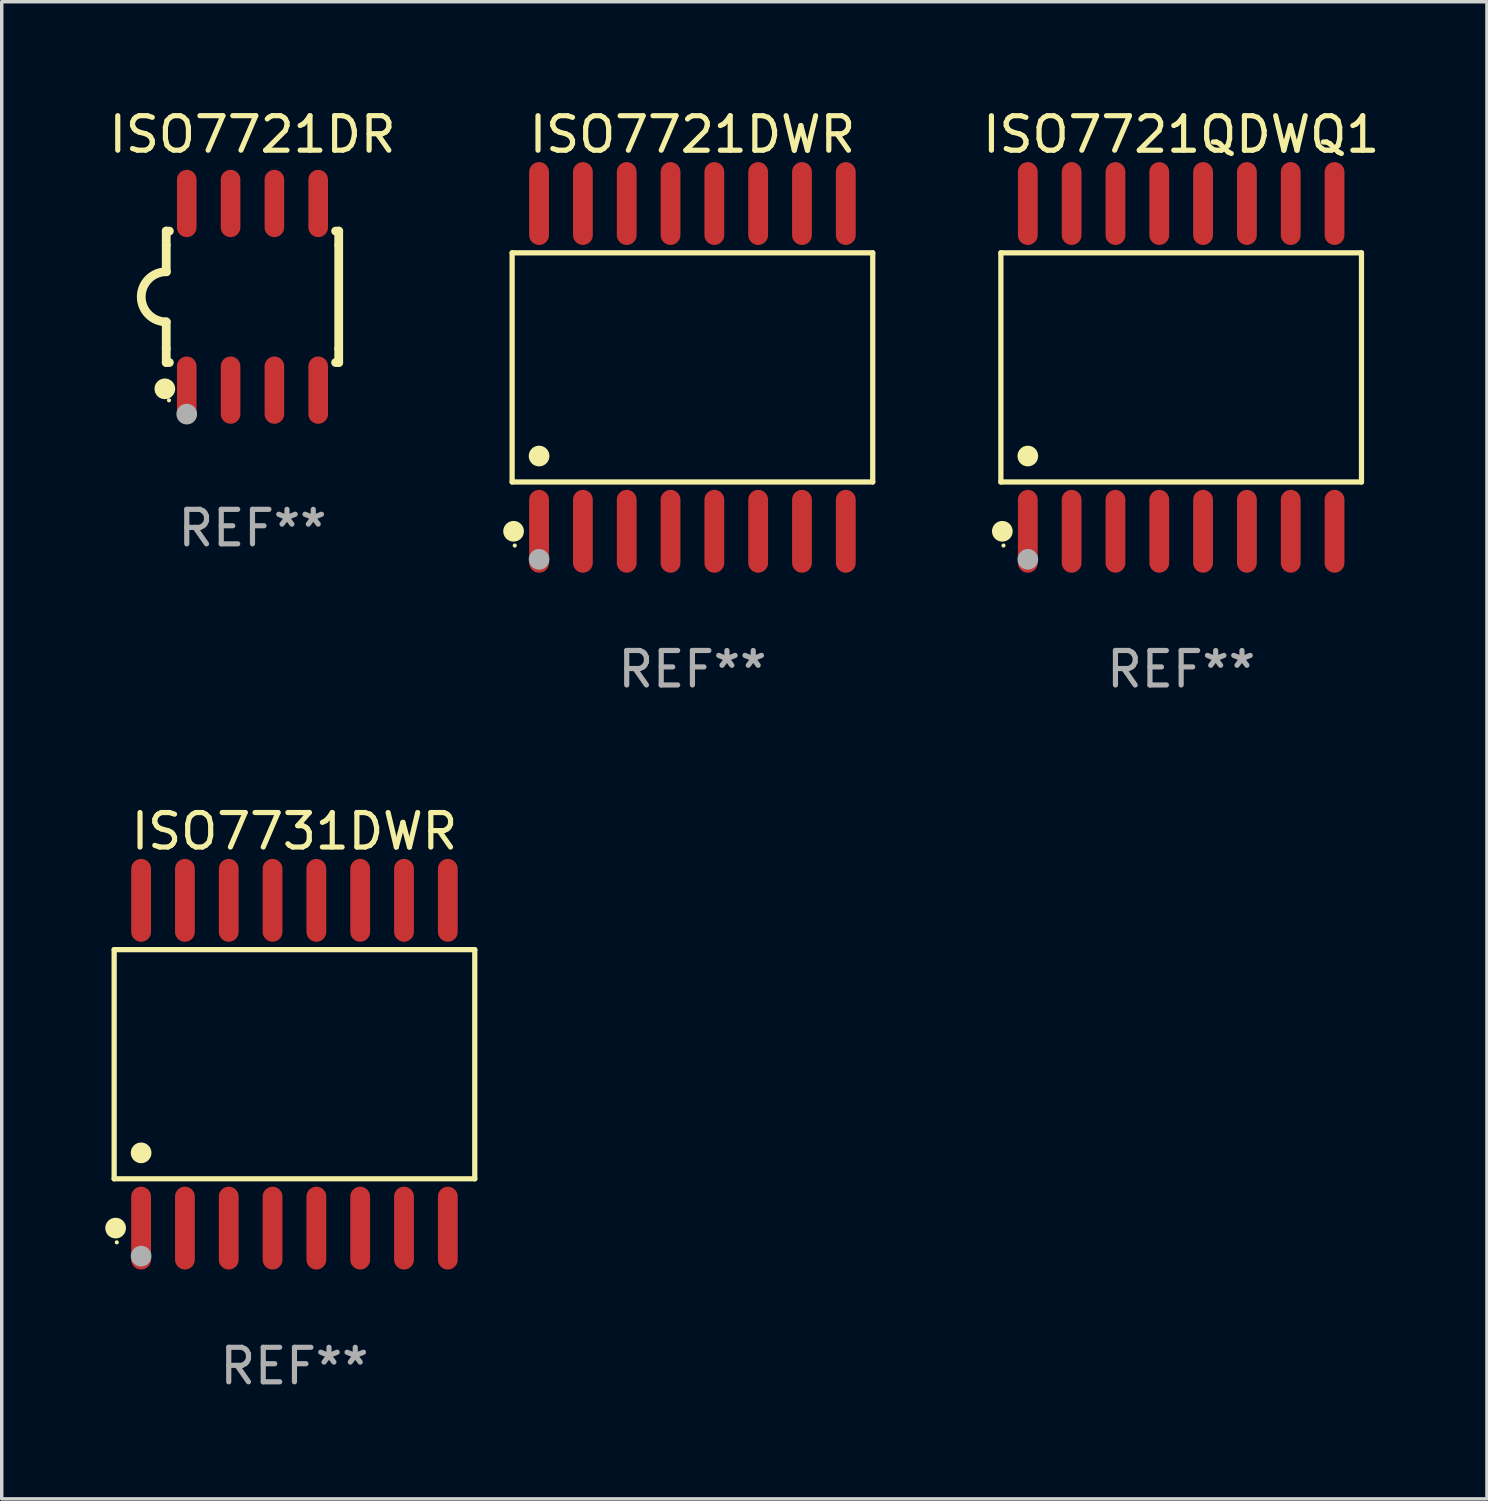
<source format=kicad_pcb>
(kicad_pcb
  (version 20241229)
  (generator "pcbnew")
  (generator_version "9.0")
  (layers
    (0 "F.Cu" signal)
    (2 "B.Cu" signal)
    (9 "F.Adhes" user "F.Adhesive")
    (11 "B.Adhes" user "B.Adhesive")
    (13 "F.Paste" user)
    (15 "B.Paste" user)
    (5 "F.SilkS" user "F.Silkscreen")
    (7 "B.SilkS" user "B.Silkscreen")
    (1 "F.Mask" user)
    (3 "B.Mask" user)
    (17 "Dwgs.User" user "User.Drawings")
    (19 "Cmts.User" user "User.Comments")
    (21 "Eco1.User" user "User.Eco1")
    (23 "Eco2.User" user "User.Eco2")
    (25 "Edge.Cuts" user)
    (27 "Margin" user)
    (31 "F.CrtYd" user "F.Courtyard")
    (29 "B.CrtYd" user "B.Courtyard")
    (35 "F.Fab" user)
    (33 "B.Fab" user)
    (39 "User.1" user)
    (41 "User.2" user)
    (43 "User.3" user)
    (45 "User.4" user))
  (footprint "ISO7721QDWQ1"
    (layer "F.Cu")
    (at 31.186 7.599)
    (property "Reference" "ISO7721QDWQ1" (at 0 -6.75 0) (layer "F.SilkS") (effects (font (size 1 1) (thickness 0.15))))
    (attr through_hole)
    (fp_line (start -5.226 -3.321) (end 5.226 -3.321) (stroke (width 0.152) (type solid)) (layer "F.SilkS"))
    (fp_line (start -5.226 3.321) (end -5.226 -3.321) (stroke (width 0.152) (type solid)) (layer "F.SilkS"))
    (fp_line (start 5.226 -3.321) (end 5.226 3.321) (stroke (width 0.152) (type solid)) (layer "F.SilkS"))
    (fp_line (start 5.226 3.321) (end -5.226 3.321) (stroke (width 0.152) (type solid)) (layer "F.SilkS"))
    (fp_circle (center -5.184 4.75) (end -5.034 4.75) (stroke (width 0.3) (type solid)) (fill no) (layer "F.SilkS"))
    (fp_circle (center -5.15 5.163) (end -5.12 5.163) (stroke (width 0.06) (type solid)) (fill no) (layer "F.SilkS"))
    (fp_circle (center -4.445 2.569) (end -4.295 2.569) (stroke (width 0.3) (type solid)) (fill no) (layer "F.SilkS"))
    (fp_circle (center -4.445 5.563) (end -4.295 5.563) (stroke (width 0.3) (type solid)) (fill no) (layer "F.Fab"))
    (fp_text user "REF**" (at 0 8.75 0) (layer "F.Fab") (effects (font (size 1 1) (thickness 0.15))))
    (pad "1" smd oval (at -4.445 4.75) (size 0.574 2.401) (layers "F.Cu" "F.Mask" "F.Paste"))
    (pad "2" smd oval (at -3.175 4.75) (size 0.574 2.401) (layers "F.Cu" "F.Mask" "F.Paste"))
    (pad "3" smd oval (at -1.905 4.75) (size 0.574 2.401) (layers "F.Cu" "F.Mask" "F.Paste"))
    (pad "4" smd oval (at -0.635 4.75) (size 0.574 2.401) (layers "F.Cu" "F.Mask" "F.Paste"))
    (pad "5" smd oval (at 0.635 4.75) (size 0.574 2.401) (layers "F.Cu" "F.Mask" "F.Paste"))
    (pad "6" smd oval (at 1.905 4.75) (size 0.574 2.401) (layers "F.Cu" "F.Mask" "F.Paste"))
    (pad "7" smd oval (at 3.175 4.75) (size 0.574 2.401) (layers "F.Cu" "F.Mask" "F.Paste"))
    (pad "8" smd oval (at 4.445 4.75) (size 0.574 2.401) (layers "F.Cu" "F.Mask" "F.Paste"))
    (pad "9" smd oval (at 4.445 -4.75) (size 0.574 2.401) (layers "F.Cu" "F.Mask" "F.Paste"))
    (pad "10" smd oval (at 3.175 -4.75) (size 0.574 2.401) (layers "F.Cu" "F.Mask" "F.Paste"))
    (pad "11" smd oval (at 1.905 -4.75) (size 0.574 2.401) (layers "F.Cu" "F.Mask" "F.Paste"))
    (pad "12" smd oval (at 0.635 -4.75) (size 0.574 2.401) (layers "F.Cu" "F.Mask" "F.Paste"))
    (pad "13" smd oval (at -0.635 -4.75) (size 0.574 2.401) (layers "F.Cu" "F.Mask" "F.Paste"))
    (pad "14" smd oval (at -1.905 -4.75) (size 0.574 2.401) (layers "F.Cu" "F.Mask" "F.Paste"))
    (pad "15" smd oval (at -3.175 -4.75) (size 0.574 2.401) (layers "F.Cu" "F.Mask" "F.Paste"))
    (pad "16" smd oval (at -4.445 -4.75) (size 0.574 2.401) (layers "F.Cu" "F.Mask" "F.Paste")))
  (footprint "ISO7721DR"
    (layer "F.Cu")
    (at 4.268 5.553)
    (property "Reference" "ISO7721DR" (at 0 -4.705 0) (layer "F.SilkS") (effects (font (size 1 1) (thickness 0.15))))
    (attr through_hole)
    (fp_line (start -2.5 -1.905) (end -2.409 -1.905) (stroke (width 0.254) (type solid)) (layer "F.SilkS"))
    (fp_line (start -2.5 -1.5) (end -2.5 -1.905) (stroke (width 0.254) (type solid)) (layer "F.SilkS"))
    (fp_line (start -2.5 -1.5) (end -2.5 -0.726) (stroke (width 0.254) (type solid)) (layer "F.SilkS"))
    (fp_line (start -2.5 1.5) (end -2.5 0.727) (stroke (width 0.254) (type solid)) (layer "F.SilkS"))
    (fp_line (start -2.5 1.5) (end -2.5 1.905) (stroke (width 0.254) (type solid)) (layer "F.SilkS"))
    (fp_line (start -2.5 1.905) (end -2.409 1.905) (stroke (width 0.254) (type solid)) (layer "F.SilkS"))
    (fp_line (start 2.5 -1.905) (end 2.409 -1.905) (stroke (width 0.254) (type solid)) (layer "F.SilkS"))
    (fp_line (start 2.5 -1.5) (end 2.5 -1.905) (stroke (width 0.254) (type solid)) (layer "F.SilkS"))
    (fp_line (start 2.5 -1.5) (end 2.5 1.5) (stroke (width 0.254) (type solid)) (layer "F.SilkS"))
    (fp_line (start 2.5 1.5) (end 2.5 1.905) (stroke (width 0.254) (type solid)) (layer "F.SilkS"))
    (fp_line (start 2.5 1.905) (end 2.409 1.905) (stroke (width 0.254) (type solid)) (layer "F.SilkS"))
    (fp_arc (start -2.5 0.726568) (mid -3.220316 -0.0023) (end -2.495097 -0.726289) (stroke (width 0.254001) (type solid)) (layer "F.SilkS"))
    (fp_circle (center -2.54 2.667) (end -2.39 2.667) (stroke (width 0.3) (type solid)) (fill no) (layer "F.SilkS"))
    (fp_circle (center -2.42 3) (end -2.39 3) (stroke (width 0.06) (type solid)) (fill no) (layer "F.SilkS"))
    (fp_circle (center -1.905 3.4) (end -1.755 3.4) (stroke (width 0.3) (type solid)) (fill no) (layer "F.Fab"))
    (fp_text user "REF**" (at 0 6.705 0) (layer "F.Fab") (effects (font (size 1 1) (thickness 0.15))))
    (pad "1" smd oval (at -1.905 2.705) (size 0.568 1.95) (layers "F.Cu" "F.Mask" "F.Paste"))
    (pad "2" smd oval (at -0.635 2.705) (size 0.568 1.95) (layers "F.Cu" "F.Mask" "F.Paste"))
    (pad "3" smd oval (at 0.635 2.705) (size 0.568 1.95) (layers "F.Cu" "F.Mask" "F.Paste"))
    (pad "4" smd oval (at 1.905 2.705) (size 0.568 1.95) (layers "F.Cu" "F.Mask" "F.Paste"))
    (pad "5" smd oval (at 1.905 -2.705) (size 0.568 1.95) (layers "F.Cu" "F.Mask" "F.Paste"))
    (pad "6" smd oval (at 0.635 -2.705) (size 0.568 1.95) (layers "F.Cu" "F.Mask" "F.Paste"))
    (pad "7" smd oval (at -0.635 -2.705) (size 0.568 1.95) (layers "F.Cu" "F.Mask" "F.Paste"))
    (pad "8" smd oval (at -1.905 -2.705) (size 0.568 1.95) (layers "F.Cu" "F.Mask" "F.Paste")))
  (footprint "ISO7721DWR"
    (layer "F.Cu")
    (at 17.02 7.599)
    (property "Reference" "ISO7721DWR" (at 0 -6.75 0) (layer "F.SilkS") (effects (font (size 1 1) (thickness 0.15))))
    (attr through_hole)
    (fp_line (start -5.226 -3.321) (end 5.226 -3.321) (stroke (width 0.152) (type solid)) (layer "F.SilkS"))
    (fp_line (start -5.226 3.321) (end -5.226 -3.321) (stroke (width 0.152) (type solid)) (layer "F.SilkS"))
    (fp_line (start 5.226 -3.321) (end 5.226 3.321) (stroke (width 0.152) (type solid)) (layer "F.SilkS"))
    (fp_line (start 5.226 3.321) (end -5.226 3.321) (stroke (width 0.152) (type solid)) (layer "F.SilkS"))
    (fp_circle (center -5.184 4.75) (end -5.034 4.75) (stroke (width 0.3) (type solid)) (fill no) (layer "F.SilkS"))
    (fp_circle (center -5.15 5.163) (end -5.12 5.163) (stroke (width 0.06) (type solid)) (fill no) (layer "F.SilkS"))
    (fp_circle (center -4.445 2.569) (end -4.295 2.569) (stroke (width 0.3) (type solid)) (fill no) (layer "F.SilkS"))
    (fp_circle (center -4.445 5.563) (end -4.295 5.563) (stroke (width 0.3) (type solid)) (fill no) (layer "F.Fab"))
    (fp_text user "REF**" (at 0 8.75 0) (layer "F.Fab") (effects (font (size 1 1) (thickness 0.15))))
    (pad "1" smd oval (at -4.445 4.75) (size 0.574 2.401) (layers "F.Cu" "F.Mask" "F.Paste"))
    (pad "2" smd oval (at -3.175 4.75) (size 0.574 2.401) (layers "F.Cu" "F.Mask" "F.Paste"))
    (pad "3" smd oval (at -1.905 4.75) (size 0.574 2.401) (layers "F.Cu" "F.Mask" "F.Paste"))
    (pad "4" smd oval (at -0.635 4.75) (size 0.574 2.401) (layers "F.Cu" "F.Mask" "F.Paste"))
    (pad "5" smd oval (at 0.635 4.75) (size 0.574 2.401) (layers "F.Cu" "F.Mask" "F.Paste"))
    (pad "6" smd oval (at 1.905 4.75) (size 0.574 2.401) (layers "F.Cu" "F.Mask" "F.Paste"))
    (pad "7" smd oval (at 3.175 4.75) (size 0.574 2.401) (layers "F.Cu" "F.Mask" "F.Paste"))
    (pad "8" smd oval (at 4.445 4.75) (size 0.574 2.401) (layers "F.Cu" "F.Mask" "F.Paste"))
    (pad "9" smd oval (at 4.445 -4.75) (size 0.574 2.401) (layers "F.Cu" "F.Mask" "F.Paste"))
    (pad "10" smd oval (at 3.175 -4.75) (size 0.574 2.401) (layers "F.Cu" "F.Mask" "F.Paste"))
    (pad "11" smd oval (at 1.905 -4.75) (size 0.574 2.401) (layers "F.Cu" "F.Mask" "F.Paste"))
    (pad "12" smd oval (at 0.635 -4.75) (size 0.574 2.401) (layers "F.Cu" "F.Mask" "F.Paste"))
    (pad "13" smd oval (at -0.635 -4.75) (size 0.574 2.401) (layers "F.Cu" "F.Mask" "F.Paste"))
    (pad "14" smd oval (at -1.905 -4.75) (size 0.574 2.401) (layers "F.Cu" "F.Mask" "F.Paste"))
    (pad "15" smd oval (at -3.175 -4.75) (size 0.574 2.401) (layers "F.Cu" "F.Mask" "F.Paste"))
    (pad "16" smd oval (at -4.445 -4.75) (size 0.574 2.401) (layers "F.Cu" "F.Mask" "F.Paste")))
  (footprint "ISO7731DWR"
    (layer "F.Cu")
    (at 5.485 27.796)
    (property "Reference" "ISO7731DWR" (at 0 -6.75 0) (layer "F.SilkS") (effects (font (size 1 1) (thickness 0.15))))
    (attr through_hole)
    (fp_line (start -5.226 -3.321) (end 5.226 -3.321) (stroke (width 0.152) (type solid)) (layer "F.SilkS"))
    (fp_line (start -5.226 3.321) (end -5.226 -3.321) (stroke (width 0.152) (type solid)) (layer "F.SilkS"))
    (fp_line (start 5.226 -3.321) (end 5.226 3.321) (stroke (width 0.152) (type solid)) (layer "F.SilkS"))
    (fp_line (start 5.226 3.321) (end -5.226 3.321) (stroke (width 0.152) (type solid)) (layer "F.SilkS"))
    (fp_circle (center -5.184 4.75) (end -5.034 4.75) (stroke (width 0.3) (type solid)) (fill no) (layer "F.SilkS"))
    (fp_circle (center -5.15 5.163) (end -5.12 5.163) (stroke (width 0.06) (type solid)) (fill no) (layer "F.SilkS"))
    (fp_circle (center -4.445 2.569) (end -4.295 2.569) (stroke (width 0.3) (type solid)) (fill no) (layer "F.SilkS"))
    (fp_circle (center -4.445 5.563) (end -4.295 5.563) (stroke (width 0.3) (type solid)) (fill no) (layer "F.Fab"))
    (fp_text user "REF**" (at 0 8.75 0) (layer "F.Fab") (effects (font (size 1 1) (thickness 0.15))))
    (pad "1" smd oval (at -4.445 4.75) (size 0.574 2.401) (layers "F.Cu" "F.Mask" "F.Paste"))
    (pad "2" smd oval (at -3.175 4.75) (size 0.574 2.401) (layers "F.Cu" "F.Mask" "F.Paste"))
    (pad "3" smd oval (at -1.905 4.75) (size 0.574 2.401) (layers "F.Cu" "F.Mask" "F.Paste"))
    (pad "4" smd oval (at -0.635 4.75) (size 0.574 2.401) (layers "F.Cu" "F.Mask" "F.Paste"))
    (pad "5" smd oval (at 0.635 4.75) (size 0.574 2.401) (layers "F.Cu" "F.Mask" "F.Paste"))
    (pad "6" smd oval (at 1.905 4.75) (size 0.574 2.401) (layers "F.Cu" "F.Mask" "F.Paste"))
    (pad "7" smd oval (at 3.175 4.75) (size 0.574 2.401) (layers "F.Cu" "F.Mask" "F.Paste"))
    (pad "8" smd oval (at 4.445 4.75) (size 0.574 2.401) (layers "F.Cu" "F.Mask" "F.Paste"))
    (pad "9" smd oval (at 4.445 -4.75) (size 0.574 2.401) (layers "F.Cu" "F.Mask" "F.Paste"))
    (pad "10" smd oval (at 3.175 -4.75) (size 0.574 2.401) (layers "F.Cu" "F.Mask" "F.Paste"))
    (pad "11" smd oval (at 1.905 -4.75) (size 0.574 2.401) (layers "F.Cu" "F.Mask" "F.Paste"))
    (pad "12" smd oval (at 0.635 -4.75) (size 0.574 2.401) (layers "F.Cu" "F.Mask" "F.Paste"))
    (pad "13" smd oval (at -0.635 -4.75) (size 0.574 2.401) (layers "F.Cu" "F.Mask" "F.Paste"))
    (pad "14" smd oval (at -1.905 -4.75) (size 0.574 2.401) (layers "F.Cu" "F.Mask" "F.Paste"))
    (pad "15" smd oval (at -3.175 -4.75) (size 0.574 2.401) (layers "F.Cu" "F.Mask" "F.Paste"))
    (pad "16" smd oval (at -4.445 -4.75) (size 0.574 2.401) (layers "F.Cu" "F.Mask" "F.Paste")))
  (gr_rect
    (start -3 -3)
    (end 40.049 40.394)
    (stroke (width 0.1) (type default))
    (fill no)
    (layer "Edge.Cuts")))
</source>
